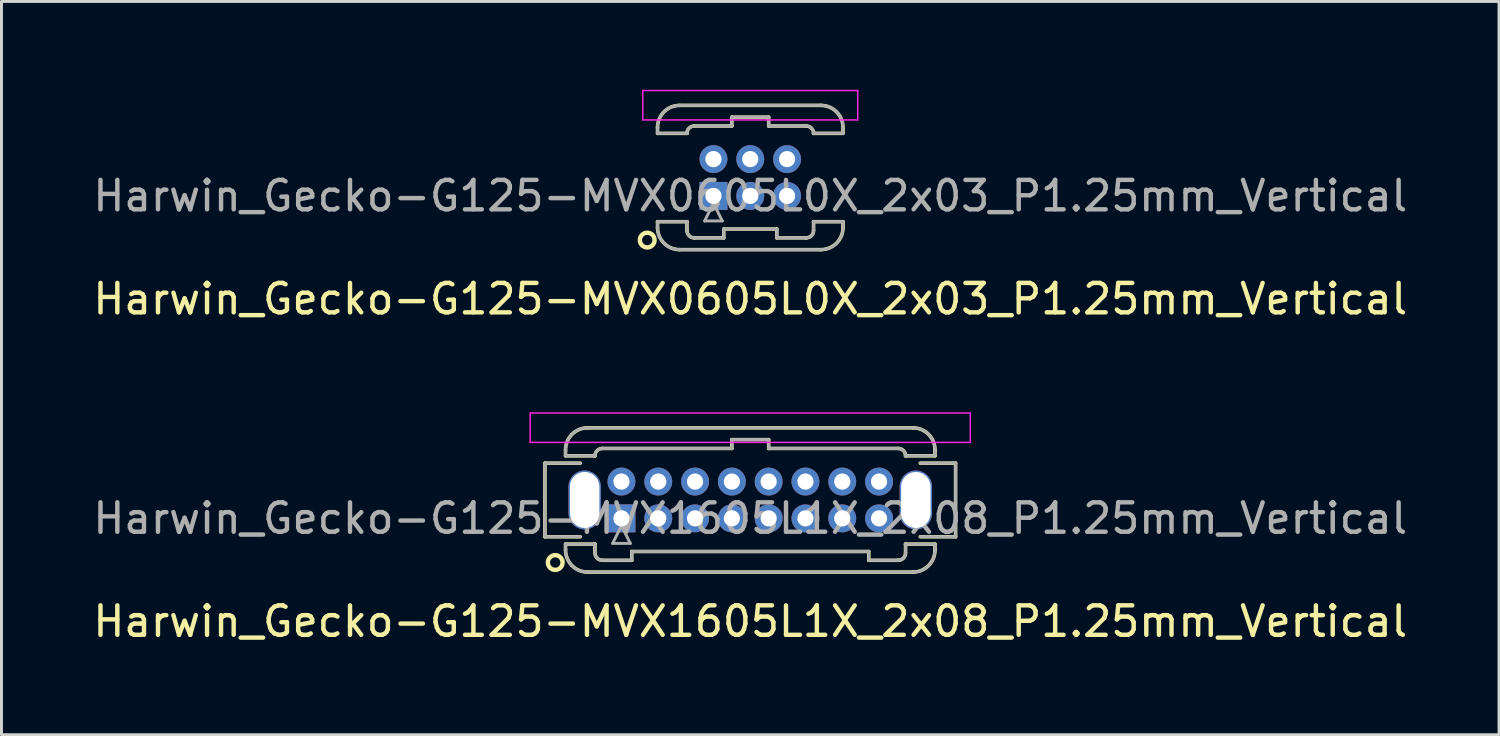
<source format=kicad_pcb>
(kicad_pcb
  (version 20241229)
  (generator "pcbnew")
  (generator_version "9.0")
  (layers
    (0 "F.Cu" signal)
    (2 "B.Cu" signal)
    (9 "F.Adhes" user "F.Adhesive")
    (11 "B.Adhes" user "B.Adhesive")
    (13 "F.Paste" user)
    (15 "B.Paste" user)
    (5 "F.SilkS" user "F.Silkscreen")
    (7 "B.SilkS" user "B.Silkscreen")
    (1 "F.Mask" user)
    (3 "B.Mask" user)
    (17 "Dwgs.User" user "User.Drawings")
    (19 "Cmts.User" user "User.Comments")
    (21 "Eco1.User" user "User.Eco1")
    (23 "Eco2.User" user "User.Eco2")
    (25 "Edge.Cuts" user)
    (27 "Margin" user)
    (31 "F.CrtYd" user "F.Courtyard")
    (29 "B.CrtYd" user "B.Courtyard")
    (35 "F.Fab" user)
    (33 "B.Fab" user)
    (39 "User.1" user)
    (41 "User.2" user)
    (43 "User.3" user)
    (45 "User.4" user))
  (footprint "Harwin_Gecko-G125-MVX1605L1X_2x08_P1.25mm_Vertical"
    (layer "F.Cu")
    (at 18.06 14.558)
    (property "Reference" "Harwin_Gecko-G125-MVX1605L1X_2x08_P1.25mm_Vertical" (at 4.375 3.5 0) (layer "F.SilkS") (effects (font (size 1 1) (thickness 0.15))))
    (attr through_hole)
    (fp_line (start -2.6 -1.875) (end -2.6 0.625) (stroke (width 0.12) (type solid)) (layer "F.SilkS"))
    (fp_line (start -2.6 0.625) (end -1.4 0.625) (stroke (width 0.12) (type solid)) (layer "F.SilkS"))
    (fp_line (start -1.9 -2.325) (end -1.9 -2.125) (stroke (width 0.12) (type solid)) (layer "F.SilkS"))
    (fp_line (start -1.9 -2.125) (end -0.9 -2.125) (stroke (width 0.12) (type solid)) (layer "F.SilkS"))
    (fp_line (start -1.9 0.875) (end -0.9 0.875) (stroke (width 0.12) (type solid)) (layer "F.SilkS"))
    (fp_line (start -1.9 1.075) (end -1.9 0.875) (stroke (width 0.12) (type solid)) (layer "F.SilkS"))
    (fp_line (start -1.4 -1.875) (end -2.6 -1.875) (stroke (width 0.12) (type solid)) (layer "F.SilkS"))
    (fp_line (start -1.15 -3.075) (end 9.9 -3.075) (stroke (width 0.12) (type solid)) (layer "F.SilkS"))
    (fp_line (start -1.15 1.825) (end 9.9 1.825) (stroke (width 0.12) (type solid)) (layer "F.SilkS"))
    (fp_line (start -0.9 -2.125) (end -0.9 -2.125) (stroke (width 0.12) (type solid)) (layer "F.SilkS"))
    (fp_line (start -0.9 0.875) (end -0.9 0.875) (stroke (width 0.12) (type solid)) (layer "F.SilkS"))
    (fp_line (start -0.9 1.175) (end -0.9 0.875) (stroke (width 0.12) (type solid)) (layer "F.SilkS"))
    (fp_line (start -0.65 -2.375) (end 3.75 -2.375) (stroke (width 0.12) (type solid)) (layer "F.SilkS"))
    (fp_line (start -0.65 1.425) (end 0.35 1.425) (stroke (width 0.12) (type solid)) (layer "F.SilkS"))
    (fp_line (start 0.35 1.125) (end 8.4 1.125) (stroke (width 0.12) (type solid)) (layer "F.SilkS"))
    (fp_line (start 0.35 1.425) (end 0.35 1.125) (stroke (width 0.12) (type solid)) (layer "F.SilkS"))
    (fp_line (start 3.75 -2.675) (end 5 -2.675) (stroke (width 0.12) (type solid)) (layer "F.SilkS"))
    (fp_line (start 3.75 -2.375) (end 3.75 -2.675) (stroke (width 0.12) (type solid)) (layer "F.SilkS"))
    (fp_line (start 5 -2.675) (end 5 -2.375) (stroke (width 0.12) (type solid)) (layer "F.SilkS"))
    (fp_line (start 5 -2.375) (end 9.4 -2.375) (stroke (width 0.12) (type solid)) (layer "F.SilkS"))
    (fp_line (start 8.4 1.125) (end 8.4 1.425) (stroke (width 0.12) (type solid)) (layer "F.SilkS"))
    (fp_line (start 8.4 1.425) (end 9.4 1.425) (stroke (width 0.12) (type solid)) (layer "F.SilkS"))
    (fp_line (start 9.65 -2.125) (end 9.65 -2.125) (stroke (width 0.12) (type solid)) (layer "F.SilkS"))
    (fp_line (start 9.65 0.875) (end 9.65 0.875) (stroke (width 0.12) (type solid)) (layer "F.SilkS"))
    (fp_line (start 9.65 1.175) (end 9.65 0.875) (stroke (width 0.12) (type solid)) (layer "F.SilkS"))
    (fp_line (start 10.15 -1.875) (end 11.35 -1.875) (stroke (width 0.12) (type solid)) (layer "F.SilkS"))
    (fp_line (start 10.65 -2.325) (end 10.65 -2.125) (stroke (width 0.12) (type solid)) (layer "F.SilkS"))
    (fp_line (start 10.65 -2.125) (end 9.65 -2.125) (stroke (width 0.12) (type solid)) (layer "F.SilkS"))
    (fp_line (start 10.65 0.875) (end 9.65 0.875) (stroke (width 0.12) (type solid)) (layer "F.SilkS"))
    (fp_line (start 10.65 1.075) (end 10.65 0.875) (stroke (width 0.12) (type solid)) (layer "F.SilkS"))
    (fp_line (start 11.35 -1.875) (end 11.35 0.625) (stroke (width 0.12) (type solid)) (layer "F.SilkS"))
    (fp_line (start 11.35 0.625) (end 10.15 0.625) (stroke (width 0.12) (type solid)) (layer "F.SilkS"))
    (fp_arc (start -1.9 -2.325) (mid -1.68033 -2.85533) (end -1.15 -3.075) (stroke (width 0.12) (type solid)) (layer "F.SilkS"))
    (fp_arc (start -1.15 1.825) (mid -1.68033 1.60533) (end -1.9 1.075) (stroke (width 0.12) (type solid)) (layer "F.SilkS"))
    (fp_arc (start -0.9 -2.125) (mid -0.826777 -2.301777) (end -0.65 -2.375) (stroke (width 0.12) (type solid)) (layer "F.SilkS"))
    (fp_arc (start -0.65 1.425) (mid -0.826777 1.351777) (end -0.9 1.175) (stroke (width 0.12) (type solid)) (layer "F.SilkS"))
    (fp_arc (start 9.4 -2.375) (mid 9.576777 -2.301777) (end 9.65 -2.125) (stroke (width 0.12) (type solid)) (layer "F.SilkS"))
    (fp_arc (start 9.65 1.175) (mid 9.576777 1.351777) (end 9.4 1.425) (stroke (width 0.12) (type solid)) (layer "F.SilkS"))
    (fp_arc (start 9.9 -3.075) (mid 10.43033 -2.85533) (end 10.65 -2.325) (stroke (width 0.12) (type solid)) (layer "F.SilkS"))
    (fp_arc (start 10.65 1.075) (mid 10.43033 1.60533) (end 9.9 1.825) (stroke (width 0.12) (type solid)) (layer "F.SilkS"))
    (fp_circle (center -2.25 1.5) (end -2 1.5) (stroke (width 0.15) (type solid)) (fill no) (layer "F.SilkS"))
    (fp_line (start -3.1 -3.58) (end -3.1 -2.58) (stroke (width 0.05) (type solid)) (layer "F.CrtYd"))
    (fp_line (start -3.1 -2.58) (end 11.85 -2.58) (stroke (width 0.05) (type solid)) (layer "F.CrtYd"))
    (fp_line (start 11.85 -3.58) (end -3.1 -3.58) (stroke (width 0.05) (type solid)) (layer "F.CrtYd"))
    (fp_line (start 11.85 -2.58) (end 11.85 -3.58) (stroke (width 0.05) (type solid)) (layer "F.CrtYd"))
    (fp_line (start -2.6 -1.875) (end -2.6 0.625) (stroke (width 0.1) (type solid)) (layer "F.Fab"))
    (fp_line (start -2.6 0.625) (end -1.4 0.625) (stroke (width 0.1) (type solid)) (layer "F.Fab"))
    (fp_line (start -1.9 -2.325) (end -1.9 -2.125) (stroke (width 0.1) (type solid)) (layer "F.Fab"))
    (fp_line (start -1.9 -2.125) (end -0.9 -2.125) (stroke (width 0.1) (type solid)) (layer "F.Fab"))
    (fp_line (start -1.9 0.875) (end -0.9 0.875) (stroke (width 0.1) (type solid)) (layer "F.Fab"))
    (fp_line (start -1.9 1.075) (end -1.9 0.875) (stroke (width 0.1) (type solid)) (layer "F.Fab"))
    (fp_line (start -1.4 -1.875) (end -2.6 -1.875) (stroke (width 0.1) (type solid)) (layer "F.Fab"))
    (fp_line (start -1.15 -3.075) (end 9.9 -3.075) (stroke (width 0.1) (type solid)) (layer "F.Fab"))
    (fp_line (start -1.15 1.825) (end 9.9 1.825) (stroke (width 0.1) (type solid)) (layer "F.Fab"))
    (fp_line (start -0.9 -2.125) (end -0.9 -2.125) (stroke (width 0.1) (type solid)) (layer "F.Fab"))
    (fp_line (start -0.9 0.875) (end -0.9 0.875) (stroke (width 0.1) (type solid)) (layer "F.Fab"))
    (fp_line (start -0.9 1.175) (end -0.9 0.875) (stroke (width 0.1) (type solid)) (layer "F.Fab"))
    (fp_line (start -0.65 -2.375) (end 3.75 -2.375) (stroke (width 0.1) (type solid)) (layer "F.Fab"))
    (fp_line (start -0.65 1.425) (end 0.35 1.425) (stroke (width 0.1) (type solid)) (layer "F.Fab"))
    (fp_line (start -0.3 0.85) (end 0.3 0.85) (stroke (width 0.1) (type solid)) (layer "F.Fab"))
    (fp_line (start 0 0.25) (end -0.3 0.85) (stroke (width 0.1) (type solid)) (layer "F.Fab"))
    (fp_line (start 0.3 0.85) (end 0 0.25) (stroke (width 0.1) (type solid)) (layer "F.Fab"))
    (fp_line (start 0.35 1.125) (end 8.4 1.125) (stroke (width 0.1) (type solid)) (layer "F.Fab"))
    (fp_line (start 0.35 1.425) (end 0.35 1.125) (stroke (width 0.1) (type solid)) (layer "F.Fab"))
    (fp_line (start 3.75 -2.675) (end 5 -2.675) (stroke (width 0.1) (type solid)) (layer "F.Fab"))
    (fp_line (start 3.75 -2.375) (end 3.75 -2.675) (stroke (width 0.1) (type solid)) (layer "F.Fab"))
    (fp_line (start 5 -2.675) (end 5 -2.375) (stroke (width 0.1) (type solid)) (layer "F.Fab"))
    (fp_line (start 5 -2.375) (end 9.4 -2.375) (stroke (width 0.1) (type solid)) (layer "F.Fab"))
    (fp_line (start 8.4 1.125) (end 8.4 1.425) (stroke (width 0.1) (type solid)) (layer "F.Fab"))
    (fp_line (start 8.4 1.425) (end 9.4 1.425) (stroke (width 0.1) (type solid)) (layer "F.Fab"))
    (fp_line (start 9.65 -2.125) (end 9.65 -2.125) (stroke (width 0.1) (type solid)) (layer "F.Fab"))
    (fp_line (start 9.65 0.875) (end 9.65 0.875) (stroke (width 0.1) (type solid)) (layer "F.Fab"))
    (fp_line (start 9.65 1.175) (end 9.65 0.875) (stroke (width 0.1) (type solid)) (layer "F.Fab"))
    (fp_line (start 10.15 -1.875) (end 11.35 -1.875) (stroke (width 0.1) (type solid)) (layer "F.Fab"))
    (fp_line (start 10.65 -2.325) (end 10.65 -2.125) (stroke (width 0.1) (type solid)) (layer "F.Fab"))
    (fp_line (start 10.65 -2.125) (end 9.65 -2.125) (stroke (width 0.1) (type solid)) (layer "F.Fab"))
    (fp_line (start 10.65 0.875) (end 9.65 0.875) (stroke (width 0.1) (type solid)) (layer "F.Fab"))
    (fp_line (start 10.65 1.075) (end 10.65 0.875) (stroke (width 0.1) (type solid)) (layer "F.Fab"))
    (fp_line (start 11.35 -1.875) (end 11.35 0.625) (stroke (width 0.1) (type solid)) (layer "F.Fab"))
    (fp_line (start 11.35 0.625) (end 10.15 0.625) (stroke (width 0.1) (type solid)) (layer "F.Fab"))
    (fp_arc (start -1.9 -2.325) (mid -1.68033 -2.85533) (end -1.15 -3.075) (stroke (width 0.1) (type solid)) (layer "F.Fab"))
    (fp_arc (start -1.15 1.825) (mid -1.68033 1.60533) (end -1.9 1.075) (stroke (width 0.1) (type solid)) (layer "F.Fab"))
    (fp_arc (start -0.9 -2.125) (mid -0.826777 -2.301777) (end -0.65 -2.375) (stroke (width 0.1) (type solid)) (layer "F.Fab"))
    (fp_arc (start -0.65 1.425) (mid -0.826777 1.351777) (end -0.9 1.175) (stroke (width 0.1) (type solid)) (layer "F.Fab"))
    (fp_arc (start 9.4 -2.375) (mid 9.576777 -2.301777) (end 9.65 -2.125) (stroke (width 0.1) (type solid)) (layer "F.Fab"))
    (fp_arc (start 9.65 1.175) (mid 9.576777 1.351777) (end 9.4 1.425) (stroke (width 0.1) (type solid)) (layer "F.Fab"))
    (fp_arc (start 9.9 -3.075) (mid 10.43033 -2.85533) (end 10.65 -2.325) (stroke (width 0.1) (type solid)) (layer "F.Fab"))
    (fp_arc (start 10.65 1.075) (mid 10.43033 1.60533) (end 9.9 1.825) (stroke (width 0.1) (type solid)) (layer "F.Fab"))
    (fp_text user "${REFERENCE}" (at 4.375 0 0) (layer "F.Fab") (effects (font (size 1 1) (thickness 0.15))))
    (pad "" np_thru_hole oval (at -1.25 -0.625) (size 1.1 2) (drill oval 1 1.9) (layers "*.Cu" "*.Mask"))
    (pad "" np_thru_hole oval (at 10 -0.625) (size 1.1 2) (drill oval 1 1.9) (layers "*.Cu" "*.Mask"))
    (pad "1" thru_hole rect (at 0 0) (size 0.95 0.95) (drill 0.55) (layers "*.Cu" "*.Mask"))
    (pad "2" thru_hole circle (at 0 -1.25) (size 0.95 0.95) (drill 0.55) (layers "*.Cu" "*.Mask"))
    (pad "3" thru_hole circle (at 1.25 0) (size 0.95 0.95) (drill 0.55) (layers "*.Cu" "*.Mask"))
    (pad "4" thru_hole circle (at 1.25 -1.25) (size 0.95 0.95) (drill 0.55) (layers "*.Cu" "*.Mask"))
    (pad "5" thru_hole circle (at 2.5 0) (size 0.95 0.95) (drill 0.55) (layers "*.Cu" "*.Mask"))
    (pad "6" thru_hole circle (at 2.5 -1.25) (size 0.95 0.95) (drill 0.55) (layers "*.Cu" "*.Mask"))
    (pad "7" thru_hole circle (at 3.75 0) (size 0.95 0.95) (drill 0.55) (layers "*.Cu" "*.Mask"))
    (pad "8" thru_hole circle (at 3.75 -1.25) (size 0.95 0.95) (drill 0.55) (layers "*.Cu" "*.Mask"))
    (pad "9" thru_hole circle (at 5 0) (size 0.95 0.95) (drill 0.55) (layers "*.Cu" "*.Mask"))
    (pad "10" thru_hole circle (at 5 -1.25) (size 0.95 0.95) (drill 0.55) (layers "*.Cu" "*.Mask"))
    (pad "11" thru_hole circle (at 6.25 0) (size 0.95 0.95) (drill 0.55) (layers "*.Cu" "*.Mask"))
    (pad "12" thru_hole circle (at 6.25 -1.25) (size 0.95 0.95) (drill 0.55) (layers "*.Cu" "*.Mask"))
    (pad "13" thru_hole circle (at 7.5 0) (size 0.95 0.95) (drill 0.55) (layers "*.Cu" "*.Mask"))
    (pad "14" thru_hole circle (at 7.5 -1.25) (size 0.95 0.95) (drill 0.55) (layers "*.Cu" "*.Mask"))
    (pad "15" thru_hole circle (at 8.75 0) (size 0.95 0.95) (drill 0.55) (layers "*.Cu" "*.Mask"))
    (pad "16" thru_hole circle (at 8.75 -1.25) (size 0.95 0.95) (drill 0.55) (layers "*.Cu" "*.Mask")))
  (footprint "Harwin_Gecko-G125-MVX0605L0X_2x03_P1.25mm_Vertical"
    (layer "F.Cu")
    (at 21.185 3.605)
    (property "Reference" "Harwin_Gecko-G125-MVX0605L0X_2x03_P1.25mm_Vertical" (at 1.25 3.5 0) (layer "F.SilkS") (effects (font (size 1 1) (thickness 0.15))))
    (attr through_hole)
    (fp_line (start -1.9 -2.325) (end -1.9 -2.125) (stroke (width 0.12) (type solid)) (layer "F.SilkS"))
    (fp_line (start -1.9 -2.125) (end -0.9 -2.125) (stroke (width 0.12) (type solid)) (layer "F.SilkS"))
    (fp_line (start -1.9 0.875) (end -0.9 0.875) (stroke (width 0.12) (type solid)) (layer "F.SilkS"))
    (fp_line (start -1.9 1.075) (end -1.9 0.875) (stroke (width 0.12) (type solid)) (layer "F.SilkS"))
    (fp_line (start -1.15 -3.075) (end 3.65 -3.075) (stroke (width 0.12) (type solid)) (layer "F.SilkS"))
    (fp_line (start -1.15 1.825) (end 3.65 1.825) (stroke (width 0.12) (type solid)) (layer "F.SilkS"))
    (fp_line (start -0.9 -2.125) (end -0.9 -2.125) (stroke (width 0.12) (type solid)) (layer "F.SilkS"))
    (fp_line (start -0.9 0.875) (end -0.9 0.875) (stroke (width 0.12) (type solid)) (layer "F.SilkS"))
    (fp_line (start -0.9 1.175) (end -0.9 0.875) (stroke (width 0.12) (type solid)) (layer "F.SilkS"))
    (fp_line (start -0.65 -2.375) (end 0.625 -2.375) (stroke (width 0.12) (type solid)) (layer "F.SilkS"))
    (fp_line (start -0.65 1.425) (end 0.35 1.425) (stroke (width 0.12) (type solid)) (layer "F.SilkS"))
    (fp_line (start 0.35 1.125) (end 2.15 1.125) (stroke (width 0.12) (type solid)) (layer "F.SilkS"))
    (fp_line (start 0.35 1.425) (end 0.35 1.125) (stroke (width 0.12) (type solid)) (layer "F.SilkS"))
    (fp_line (start 0.625 -2.675) (end 1.875 -2.675) (stroke (width 0.12) (type solid)) (layer "F.SilkS"))
    (fp_line (start 0.625 -2.375) (end 0.625 -2.675) (stroke (width 0.12) (type solid)) (layer "F.SilkS"))
    (fp_line (start 1.875 -2.675) (end 1.875 -2.375) (stroke (width 0.12) (type solid)) (layer "F.SilkS"))
    (fp_line (start 1.875 -2.375) (end 3.15 -2.375) (stroke (width 0.12) (type solid)) (layer "F.SilkS"))
    (fp_line (start 2.15 1.125) (end 2.15 1.425) (stroke (width 0.12) (type solid)) (layer "F.SilkS"))
    (fp_line (start 2.15 1.425) (end 3.15 1.425) (stroke (width 0.12) (type solid)) (layer "F.SilkS"))
    (fp_line (start 3.4 -2.125) (end 3.4 -2.125) (stroke (width 0.12) (type solid)) (layer "F.SilkS"))
    (fp_line (start 3.4 0.875) (end 3.4 0.875) (stroke (width 0.12) (type solid)) (layer "F.SilkS"))
    (fp_line (start 3.4 1.175) (end 3.4 0.875) (stroke (width 0.12) (type solid)) (layer "F.SilkS"))
    (fp_line (start 4.4 -2.325) (end 4.4 -2.125) (stroke (width 0.12) (type solid)) (layer "F.SilkS"))
    (fp_line (start 4.4 -2.125) (end 3.4 -2.125) (stroke (width 0.12) (type solid)) (layer "F.SilkS"))
    (fp_line (start 4.4 0.875) (end 3.4 0.875) (stroke (width 0.12) (type solid)) (layer "F.SilkS"))
    (fp_line (start 4.4 1.075) (end 4.4 0.875) (stroke (width 0.12) (type solid)) (layer "F.SilkS"))
    (fp_arc (start -1.9 -2.325) (mid -1.68033 -2.85533) (end -1.15 -3.075) (stroke (width 0.12) (type solid)) (layer "F.SilkS"))
    (fp_arc (start -1.15 1.825) (mid -1.68033 1.60533) (end -1.9 1.075) (stroke (width 0.12) (type solid)) (layer "F.SilkS"))
    (fp_arc (start -0.9 -2.125) (mid -0.826777 -2.301777) (end -0.65 -2.375) (stroke (width 0.12) (type solid)) (layer "F.SilkS"))
    (fp_arc (start -0.65 1.425) (mid -0.826777 1.351777) (end -0.9 1.175) (stroke (width 0.12) (type solid)) (layer "F.SilkS"))
    (fp_arc (start 3.15 -2.375) (mid 3.326777 -2.301777) (end 3.4 -2.125) (stroke (width 0.12) (type solid)) (layer "F.SilkS"))
    (fp_arc (start 3.4 1.175) (mid 3.326777 1.351777) (end 3.15 1.425) (stroke (width 0.12) (type solid)) (layer "F.SilkS"))
    (fp_arc (start 3.65 -3.075) (mid 4.18033 -2.85533) (end 4.4 -2.325) (stroke (width 0.12) (type solid)) (layer "F.SilkS"))
    (fp_arc (start 4.4 1.075) (mid 4.18033 1.60533) (end 3.65 1.825) (stroke (width 0.12) (type solid)) (layer "F.SilkS"))
    (fp_circle (center -2.25 1.5) (end -2 1.5) (stroke (width 0.15) (type solid)) (fill no) (layer "F.SilkS"))
    (fp_line (start -2.4 -3.58) (end -2.4 -2.58) (stroke (width 0.05) (type solid)) (layer "F.CrtYd"))
    (fp_line (start -2.4 -2.58) (end 4.9 -2.58) (stroke (width 0.05) (type solid)) (layer "F.CrtYd"))
    (fp_line (start 4.9 -3.58) (end -2.4 -3.58) (stroke (width 0.05) (type solid)) (layer "F.CrtYd"))
    (fp_line (start 4.9 -2.58) (end 4.9 -3.58) (stroke (width 0.05) (type solid)) (layer "F.CrtYd"))
    (fp_line (start -1.9 -2.325) (end -1.9 -2.125) (stroke (width 0.1) (type solid)) (layer "F.Fab"))
    (fp_line (start -1.9 -2.125) (end -0.9 -2.125) (stroke (width 0.1) (type solid)) (layer "F.Fab"))
    (fp_line (start -1.9 0.875) (end -0.9 0.875) (stroke (width 0.1) (type solid)) (layer "F.Fab"))
    (fp_line (start -1.9 1.075) (end -1.9 0.875) (stroke (width 0.1) (type solid)) (layer "F.Fab"))
    (fp_line (start -1.15 -3.075) (end 3.65 -3.075) (stroke (width 0.1) (type solid)) (layer "F.Fab"))
    (fp_line (start -1.15 1.825) (end 3.65 1.825) (stroke (width 0.1) (type solid)) (layer "F.Fab"))
    (fp_line (start -0.9 -2.125) (end -0.9 -2.125) (stroke (width 0.1) (type solid)) (layer "F.Fab"))
    (fp_line (start -0.9 0.875) (end -0.9 0.875) (stroke (width 0.1) (type solid)) (layer "F.Fab"))
    (fp_line (start -0.9 1.175) (end -0.9 0.875) (stroke (width 0.1) (type solid)) (layer "F.Fab"))
    (fp_line (start -0.65 -2.375) (end 0.625 -2.375) (stroke (width 0.1) (type solid)) (layer "F.Fab"))
    (fp_line (start -0.65 1.425) (end 0.35 1.425) (stroke (width 0.1) (type solid)) (layer "F.Fab"))
    (fp_line (start -0.3 0.85) (end 0.3 0.85) (stroke (width 0.1) (type solid)) (layer "F.Fab"))
    (fp_line (start 0 0.25) (end -0.3 0.85) (stroke (width 0.1) (type solid)) (layer "F.Fab"))
    (fp_line (start 0.3 0.85) (end 0 0.25) (stroke (width 0.1) (type solid)) (layer "F.Fab"))
    (fp_line (start 0.35 1.125) (end 2.15 1.125) (stroke (width 0.1) (type solid)) (layer "F.Fab"))
    (fp_line (start 0.35 1.425) (end 0.35 1.125) (stroke (width 0.1) (type solid)) (layer "F.Fab"))
    (fp_line (start 0.625 -2.675) (end 1.875 -2.675) (stroke (width 0.1) (type solid)) (layer "F.Fab"))
    (fp_line (start 0.625 -2.375) (end 0.625 -2.675) (stroke (width 0.1) (type solid)) (layer "F.Fab"))
    (fp_line (start 1.875 -2.675) (end 1.875 -2.375) (stroke (width 0.1) (type solid)) (layer "F.Fab"))
    (fp_line (start 1.875 -2.375) (end 3.15 -2.375) (stroke (width 0.1) (type solid)) (layer "F.Fab"))
    (fp_line (start 2.15 1.125) (end 2.15 1.425) (stroke (width 0.1) (type solid)) (layer "F.Fab"))
    (fp_line (start 2.15 1.425) (end 3.15 1.425) (stroke (width 0.1) (type solid)) (layer "F.Fab"))
    (fp_line (start 3.4 -2.125) (end 3.4 -2.125) (stroke (width 0.1) (type solid)) (layer "F.Fab"))
    (fp_line (start 3.4 0.875) (end 3.4 0.875) (stroke (width 0.1) (type solid)) (layer "F.Fab"))
    (fp_line (start 3.4 1.175) (end 3.4 0.875) (stroke (width 0.1) (type solid)) (layer "F.Fab"))
    (fp_line (start 4.4 -2.325) (end 4.4 -2.125) (stroke (width 0.1) (type solid)) (layer "F.Fab"))
    (fp_line (start 4.4 -2.125) (end 3.4 -2.125) (stroke (width 0.1) (type solid)) (layer "F.Fab"))
    (fp_line (start 4.4 0.875) (end 3.4 0.875) (stroke (width 0.1) (type solid)) (layer "F.Fab"))
    (fp_line (start 4.4 1.075) (end 4.4 0.875) (stroke (width 0.1) (type solid)) (layer "F.Fab"))
    (fp_arc (start -1.9 -2.325) (mid -1.68033 -2.85533) (end -1.15 -3.075) (stroke (width 0.1) (type solid)) (layer "F.Fab"))
    (fp_arc (start -1.15 1.825) (mid -1.68033 1.60533) (end -1.9 1.075) (stroke (width 0.1) (type solid)) (layer "F.Fab"))
    (fp_arc (start -0.9 -2.125) (mid -0.826777 -2.301777) (end -0.65 -2.375) (stroke (width 0.1) (type solid)) (layer "F.Fab"))
    (fp_arc (start -0.65 1.425) (mid -0.826777 1.351777) (end -0.9 1.175) (stroke (width 0.1) (type solid)) (layer "F.Fab"))
    (fp_arc (start 3.15 -2.375) (mid 3.326777 -2.301777) (end 3.4 -2.125) (stroke (width 0.1) (type solid)) (layer "F.Fab"))
    (fp_arc (start 3.4 1.175) (mid 3.326777 1.351777) (end 3.15 1.425) (stroke (width 0.1) (type solid)) (layer "F.Fab"))
    (fp_arc (start 3.65 -3.075) (mid 4.18033 -2.85533) (end 4.4 -2.325) (stroke (width 0.1) (type solid)) (layer "F.Fab"))
    (fp_arc (start 4.4 1.075) (mid 4.18033 1.60533) (end 3.65 1.825) (stroke (width 0.1) (type solid)) (layer "F.Fab"))
    (fp_text user "${REFERENCE}" (at 1.25 0 0) (layer "F.Fab") (effects (font (size 1 1) (thickness 0.15))))
    (pad "1" thru_hole rect (at 0 0) (size 0.95 0.95) (drill 0.55) (layers "*.Cu" "*.Mask"))
    (pad "2" thru_hole circle (at 0 -1.25) (size 0.95 0.95) (drill 0.55) (layers "*.Cu" "*.Mask"))
    (pad "3" thru_hole circle (at 1.25 0) (size 0.95 0.95) (drill 0.55) (layers "*.Cu" "*.Mask"))
    (pad "4" thru_hole circle (at 1.25 -1.25) (size 0.95 0.95) (drill 0.55) (layers "*.Cu" "*.Mask"))
    (pad "5" thru_hole circle (at 2.5 0) (size 0.95 0.95) (drill 0.55) (layers "*.Cu" "*.Mask"))
    (pad "6" thru_hole circle (at 2.5 -1.25) (size 0.95 0.95) (drill 0.55) (layers "*.Cu" "*.Mask")))
  (gr_rect
    (start -3 -3)
    (end 47.869 21.907)
    (stroke (width 0.1) (type default))
    (fill no)
    (layer "Edge.Cuts")))
</source>
